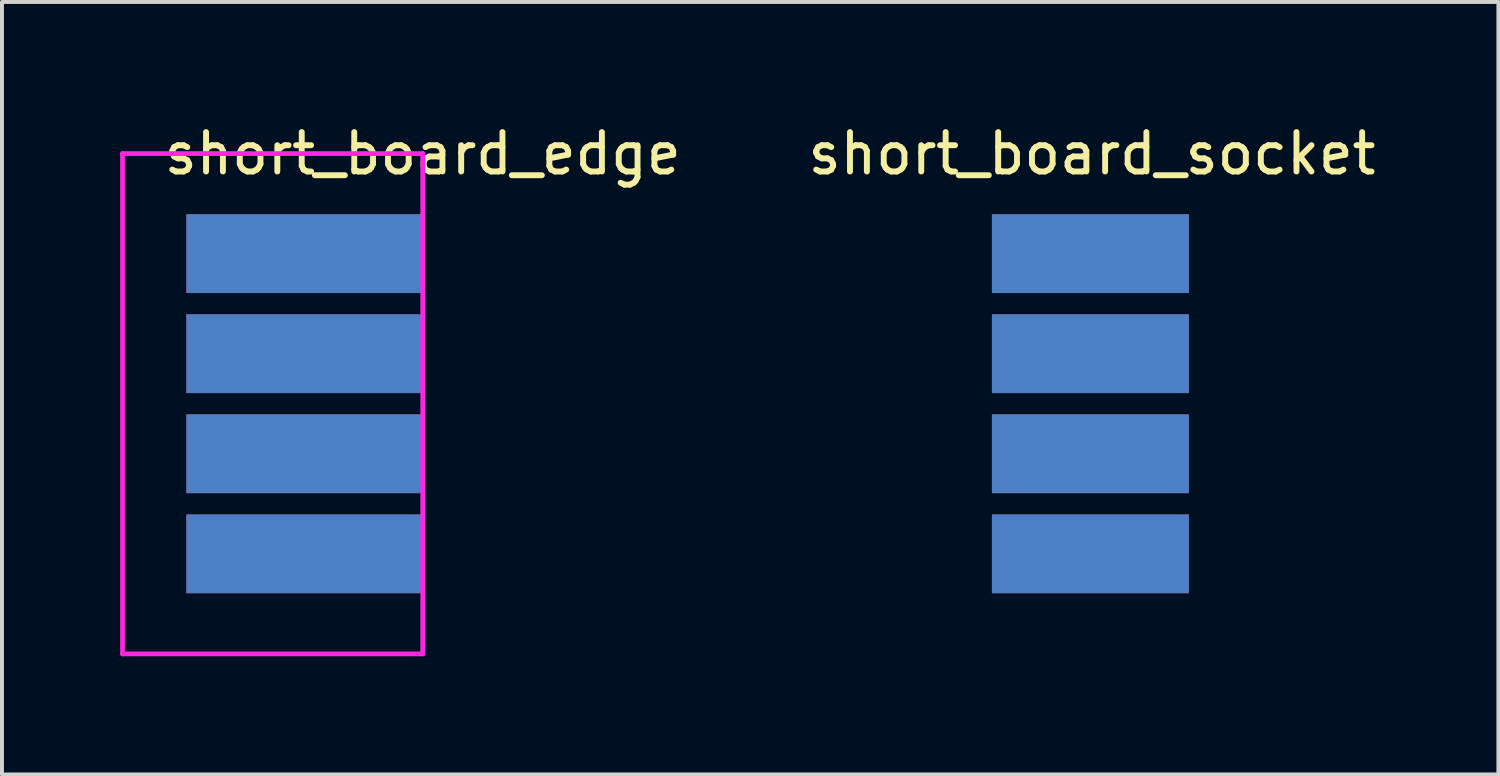
<source format=kicad_pcb>
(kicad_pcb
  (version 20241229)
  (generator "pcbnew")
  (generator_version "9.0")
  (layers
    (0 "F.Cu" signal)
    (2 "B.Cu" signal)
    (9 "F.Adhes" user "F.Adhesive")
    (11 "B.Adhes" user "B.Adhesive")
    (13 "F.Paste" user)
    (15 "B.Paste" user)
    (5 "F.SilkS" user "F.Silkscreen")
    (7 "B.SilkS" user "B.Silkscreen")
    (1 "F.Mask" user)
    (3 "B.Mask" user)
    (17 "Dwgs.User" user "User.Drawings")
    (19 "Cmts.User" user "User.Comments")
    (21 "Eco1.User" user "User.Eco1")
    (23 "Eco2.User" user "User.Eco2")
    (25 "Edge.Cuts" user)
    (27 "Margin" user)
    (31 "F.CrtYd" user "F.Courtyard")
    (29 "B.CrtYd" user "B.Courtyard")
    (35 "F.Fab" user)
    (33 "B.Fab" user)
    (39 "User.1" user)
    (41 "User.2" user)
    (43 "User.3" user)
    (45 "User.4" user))
  (footprint "short_board_edge"
    (layer "F.Cu")
    (at 7.68 3.388)
    (property "Reference" "short_board_edge" (at 0 -2.54 0) (layer "F.SilkS") (effects (font (size 1 1) (thickness 0.15))))
    (attr through_hole)
    (fp_line (start -7.62 -2.54) (end -7.62 10.16) (stroke (width 0.12) (type solid)) (layer "F.CrtYd"))
    (fp_line (start -7.62 10.16) (end 0 10.16) (stroke (width 0.12) (type solid)) (layer "F.CrtYd"))
    (fp_line (start 0 -2.54) (end -7.62 -2.54) (stroke (width 0.12) (type solid)) (layer "F.CrtYd"))
    (fp_line (start 0 10.16) (end 0 -2.54) (stroke (width 0.12) (type solid)) (layer "F.CrtYd"))
    (pad "a1" connect rect (at 0 0) (size 6 2) (drill (offset -3 0)) (layers "F.Cu" "F.Mask"))
    (pad "a2" connect rect (at 0 2.54) (size 6 2) (drill (offset -3 0)) (layers "F.Cu" "F.Mask"))
    (pad "a3" connect rect (at 0 5.08) (size 6 2) (drill (offset -3 0)) (layers "F.Cu" "F.Mask"))
    (pad "a4" connect rect (at 0 7.62) (size 6 2) (drill (offset -3 0)) (layers "F.Cu" "F.Mask"))
    (pad "b1" connect rect (at 0 0) (size 6 2) (drill (offset -3 0)) (layers "B.Cu" "B.Mask"))
    (pad "b2" connect rect (at 0 2.54) (size 6 2) (drill (offset -3 0)) (layers "B.Cu" "B.Mask"))
    (pad "b3" connect rect (at 0 5.08) (size 6 2) (drill (offset -3 0)) (layers "B.Cu" "B.Mask"))
    (pad "b4" connect rect (at 0 7.62) (size 6 2) (drill (offset -3 0)) (layers "B.Cu" "B.Mask")))
  (footprint "short_board_socket"
    (layer "F.Cu")
    (at 22.128 3.388)
    (property "Reference" "short_board_socket" (at 2.54 -2.54 0) (layer "F.SilkS") (effects (font (size 1 1) (thickness 0.15))))
    (attr through_hole)
    (pad "a1" connect rect (at 0 0) (size 5 2) (drill (offset 2.5 0)) (layers "F.Cu" "F.Mask"))
    (pad "a2" connect rect (at 0 2.54) (size 5 2) (drill (offset 2.5 0)) (layers "F.Cu" "F.Mask"))
    (pad "a3" connect rect (at 0 5.08) (size 5 2) (drill (offset 2.5 0)) (layers "F.Cu" "F.Mask"))
    (pad "a4" connect rect (at 0 7.62) (size 5 2) (drill (offset 2.5 0)) (layers "F.Cu" "F.Mask"))
    (pad "b1" connect rect (at 0 0) (size 5 2) (drill (offset 2.5 0)) (layers "B.Cu" "B.Mask"))
    (pad "b2" connect rect (at 0 2.54) (size 5 2) (drill (offset 2.5 0)) (layers "B.Cu" "B.Mask"))
    (pad "b3" connect rect (at 0 5.08) (size 5 2) (drill (offset 2.5 0)) (layers "B.Cu" "B.Mask"))
    (pad "b4" connect rect (at 0 7.62) (size 5 2) (drill (offset 2.5 0)) (layers "B.Cu" "B.Mask")))
  (gr_rect
    (start -3 -3)
    (end 34.984 16.608)
    (stroke (width 0.1) (type default))
    (fill no)
    (layer "Edge.Cuts")))
</source>
